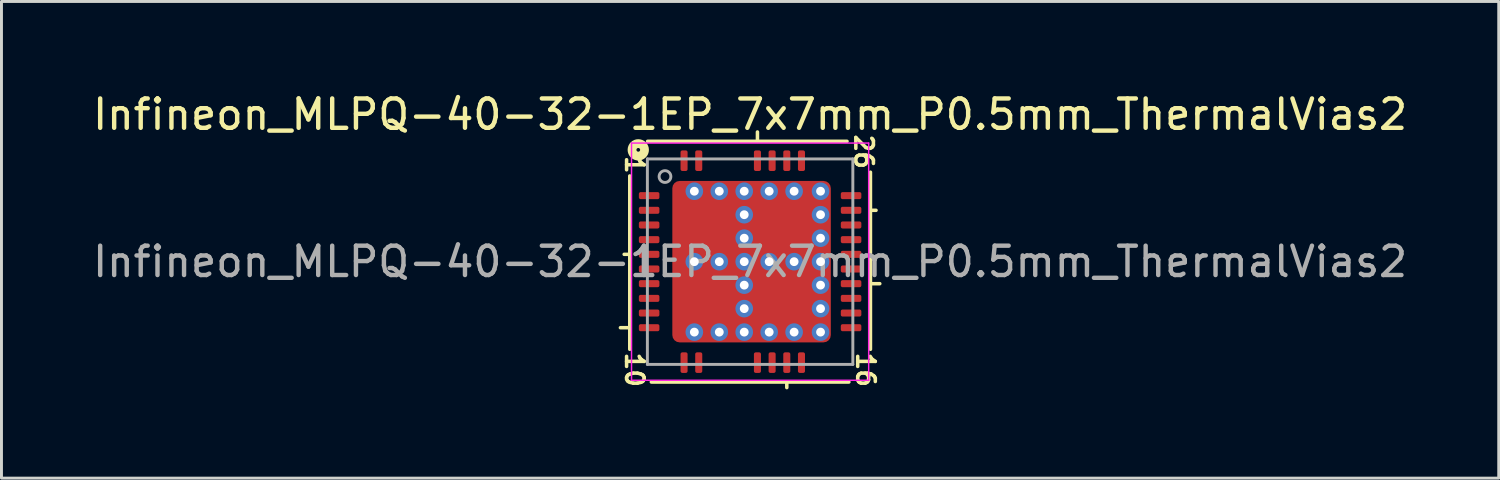
<source format=kicad_pcb>
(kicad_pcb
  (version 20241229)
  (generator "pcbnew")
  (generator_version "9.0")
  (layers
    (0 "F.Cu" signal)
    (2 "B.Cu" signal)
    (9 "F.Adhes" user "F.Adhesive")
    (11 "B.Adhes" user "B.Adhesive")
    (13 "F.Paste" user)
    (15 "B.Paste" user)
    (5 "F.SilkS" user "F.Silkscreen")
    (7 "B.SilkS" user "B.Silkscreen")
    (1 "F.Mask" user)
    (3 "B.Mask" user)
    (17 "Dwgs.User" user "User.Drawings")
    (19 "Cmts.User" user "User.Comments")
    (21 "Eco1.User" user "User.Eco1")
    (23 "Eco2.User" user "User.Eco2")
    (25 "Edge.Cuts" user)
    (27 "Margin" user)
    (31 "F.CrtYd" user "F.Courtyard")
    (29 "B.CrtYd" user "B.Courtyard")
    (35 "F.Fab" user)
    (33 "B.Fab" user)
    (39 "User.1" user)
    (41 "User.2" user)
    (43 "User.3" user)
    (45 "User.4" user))
  (footprint "Infineon_MLPQ-40-32-1EP_7x7mm_P0.5mm_ThermalVias2"
    (layer "F.Cu")
    (at 22.506 5.865)
    (property "Reference" "Infineon_MLPQ-40-32-1EP_7x7mm_P0.5mm_ThermalVias2" (at 0 -5.016 0) (layer "F.SilkS") (effects (font (size 1 1) (thickness 0.15))))
    (attr smd)
    (fp_line (start -4.1 -2.921) (end -4.1 2.985) (stroke (width 0.12) (type solid)) (layer "F.SilkS"))
    (fp_line (start -4.1 -0.25) (end -4.29 -0.25) (stroke (width 0.12) (type solid)) (layer "F.SilkS"))
    (fp_line (start -4.1 2.25) (end -4.418 2.25) (stroke (width 0.12) (type solid)) (layer "F.SilkS"))
    (fp_line (start -3.365 4.1) (end 3.365 4.1) (stroke (width 0.12) (type solid)) (layer "F.SilkS"))
    (fp_line (start 0.25 -4.1) (end 0.25 -4.418) (stroke (width 0.12) (type solid)) (layer "F.SilkS"))
    (fp_line (start 1.25 4.1) (end 1.25 4.29) (stroke (width 0.12) (type solid)) (layer "F.SilkS"))
    (fp_line (start 3.302 -4.1) (end -3.493 -4.1) (stroke (width 0.12) (type solid)) (layer "F.SilkS"))
    (fp_line (start 4.1 -1.75) (end 4.29 -1.75) (stroke (width 0.12) (type solid)) (layer "F.SilkS"))
    (fp_line (start 4.1 0.75) (end 4.418 0.75) (stroke (width 0.12) (type solid)) (layer "F.SilkS"))
    (fp_line (start 4.1 2.985) (end 4.1 -3.048) (stroke (width 0.12) (type solid)) (layer "F.SilkS"))
    (fp_circle (center -3.81 -3.81) (end -3.747 -3.81) (stroke (width 0.3) (type solid)) (fill no) (layer "F.SilkS"))
    (fp_line (start -4.04 -4.04) (end 4.04 -4.04) (stroke (width 0.05) (type solid)) (layer "F.CrtYd"))
    (fp_line (start -4.04 4.04) (end -4.04 -4.04) (stroke (width 0.05) (type solid)) (layer "F.CrtYd"))
    (fp_line (start 4.04 -4.04) (end 4.04 4.04) (stroke (width 0.05) (type solid)) (layer "F.CrtYd"))
    (fp_line (start 4.04 4.04) (end -4.04 4.04) (stroke (width 0.05) (type solid)) (layer "F.CrtYd"))
    (fp_line (start -3.5 -3.5) (end 3.5 -3.5) (stroke (width 0.1) (type solid)) (layer "F.Fab"))
    (fp_line (start -3.5 3.5) (end -3.5 -3.5) (stroke (width 0.1) (type solid)) (layer "F.Fab"))
    (fp_line (start 3.5 -3.5) (end 3.5 3.5) (stroke (width 0.1) (type solid)) (layer "F.Fab"))
    (fp_line (start 3.5 3.5) (end -3.5 3.5) (stroke (width 0.1) (type solid)) (layer "F.Fab"))
    (fp_circle (center -2.9 -2.9) (end -2.7 -2.9) (stroke (width 0.1) (type solid)) (fill no) (layer "F.Fab"))
    (fp_text user "26" (at 3.873 -3.747 270) (unlocked yes) (layer "F.SilkS") (effects (font (size 0.6 0.6) (thickness 0.12))))
    (fp_text user "10" (at -3.937 3.683 270) (unlocked yes) (layer "F.SilkS") (effects (font (size 0.6 0.6) (thickness 0.12))))
    (fp_text user "16" (at 3.937 3.683 270) (unlocked yes) (layer "F.SilkS") (effects (font (size 0.6 0.6) (thickness 0.12))))
    (fp_text user "1" (at -3.937 -3.302 270) (unlocked yes) (layer "F.SilkS") (effects (font (size 0.6 0.6) (thickness 0.12))))
    (fp_text user "${REFERENCE}" (at 0 0 0) (layer "F.Fab") (effects (font (size 1 1) (thickness 0.15))))
    (pad "" smd roundrect (at -2.05 -1.65) (size 0.8 0.7) (layers "F.Paste") (roundrect_rratio 0.25) (chamfer_ratio 0.5) (chamfer top_left))
    (pad "" smd roundrect (at -2.05 -0.7) (size 0.8 0.7) (layers "F.Paste") (roundrect_rratio 0.25))
    (pad "" smd roundrect (at -2 0.7) (size 0.8 0.7) (layers "F.Paste") (roundrect_rratio 0.25))
    (pad "" smd roundrect (at -2 1.65) (size 0.8 0.7) (layers "F.Paste") (roundrect_rratio 0.25))
    (pad "" smd roundrect (at -1.5 -1.175) (size 2.1 1.85) (layers "F.Mask") (roundrect_rratio 0.135) (chamfer_ratio 0.23) (chamfer top_left))
    (pad "" smd roundrect (at -1.5 1.175) (size 2.1 1.85) (layers "F.Mask") (roundrect_rratio 0.135))
    (pad "" smd roundrect (at -1 -1.65) (size 0.8 0.7) (layers "F.Paste") (roundrect_rratio 0.25))
    (pad "" smd roundrect (at -1 -0.7) (size 0.8 0.7) (layers "F.Paste") (roundrect_rratio 0.25))
    (pad "" smd roundrect (at -0.95 0.7) (size 0.8 0.7) (layers "F.Paste") (roundrect_rratio 0.25))
    (pad "" smd roundrect (at -0.95 1.65) (size 0.8 0.7) (layers "F.Paste") (roundrect_rratio 0.25))
    (pad "" smd roundrect (at 0.55 -1.65) (size 0.8 0.7) (layers "F.Paste") (roundrect_rratio 0.25))
    (pad "" smd roundrect (at 0.55 -0.7) (size 0.8 0.7) (layers "F.Paste") (roundrect_rratio 0.25))
    (pad "" smd roundrect (at 0.55 0.7) (size 0.8 0.7) (layers "F.Paste") (roundrect_rratio 0.25))
    (pad "" smd roundrect (at 0.55 1.65) (size 0.8 0.7) (layers "F.Paste") (roundrect_rratio 0.25))
    (pad "" smd roundrect (at 1.075 -1.175) (size 2.05 1.85) (layers "F.Mask") (roundrect_rratio 0.135))
    (pad "" smd roundrect (at 1.075 1.175) (size 2.05 1.85) (layers "F.Mask") (roundrect_rratio 0.135))
    (pad "" smd roundrect (at 1.6 -1.65) (size 0.8 0.7) (layers "F.Paste") (roundrect_rratio 0.25))
    (pad "" smd roundrect (at 1.6 -0.7) (size 0.8 0.7) (layers "F.Paste") (roundrect_rratio 0.25))
    (pad "" smd roundrect (at 1.6 0.7) (size 0.8 0.7) (layers "F.Paste") (roundrect_rratio 0.25))
    (pad "" smd roundrect (at 1.6 1.65) (size 0.8 0.7) (layers "F.Paste") (roundrect_rratio 0.25))
    (pad "1" smd roundrect (at -3.44 -2.25) (size 0.7 0.24) (layers "F.Cu" "F.Mask" "F.Paste") (roundrect_rratio 0.25))
    (pad "2" smd roundrect (at -3.44 -1.75) (size 0.7 0.24) (layers "F.Cu" "F.Mask" "F.Paste") (roundrect_rratio 0.25))
    (pad "3" smd roundrect (at -3.44 -1.25) (size 0.7 0.24) (layers "F.Cu" "F.Mask" "F.Paste") (roundrect_rratio 0.25))
    (pad "4" smd roundrect (at -3.44 -0.75) (size 0.7 0.24) (layers "F.Cu" "F.Mask" "F.Paste") (roundrect_rratio 0.25))
    (pad "5" smd roundrect (at -3.44 -0.25) (size 0.7 0.24) (layers "F.Cu" "F.Mask" "F.Paste") (roundrect_rratio 0.25))
    (pad "6" smd roundrect (at -3.44 0.25) (size 0.7 0.24) (layers "F.Cu" "F.Mask" "F.Paste") (roundrect_rratio 0.25))
    (pad "7" smd roundrect (at -3.44 0.75) (size 0.7 0.24) (layers "F.Cu" "F.Mask" "F.Paste") (roundrect_rratio 0.25))
    (pad "8" smd roundrect (at -3.44 1.25) (size 0.7 0.24) (layers "F.Cu" "F.Mask" "F.Paste") (roundrect_rratio 0.25))
    (pad "9" smd roundrect (at -3.44 1.75) (size 0.7 0.24) (layers "F.Cu" "F.Mask" "F.Paste") (roundrect_rratio 0.25))
    (pad "10" smd roundrect (at -3.44 2.25) (size 0.7 0.24) (layers "F.Cu" "F.Mask" "F.Paste") (roundrect_rratio 0.25))
    (pad "11" smd roundrect (at -2.25 3.44) (size 0.24 0.7) (layers "F.Cu" "F.Mask" "F.Paste") (roundrect_rratio 0.25))
    (pad "12" smd roundrect (at -1.75 3.44) (size 0.24 0.7) (layers "F.Cu" "F.Mask" "F.Paste") (roundrect_rratio 0.25))
    (pad "13" smd roundrect (at 0.25 3.44) (size 0.24 0.7) (layers "F.Cu" "F.Mask" "F.Paste") (roundrect_rratio 0.25))
    (pad "14" smd roundrect (at 0.75 3.44) (size 0.24 0.7) (layers "F.Cu" "F.Mask" "F.Paste") (roundrect_rratio 0.25))
    (pad "15" smd roundrect (at 1.25 3.44) (size 0.24 0.7) (layers "F.Cu" "F.Mask" "F.Paste") (roundrect_rratio 0.25))
    (pad "16" smd roundrect (at 1.75 3.44) (size 0.24 0.7) (layers "F.Cu" "F.Mask" "F.Paste") (roundrect_rratio 0.25))
    (pad "17" smd roundrect (at 3.44 2.25) (size 0.7 0.24) (layers "F.Cu" "F.Mask" "F.Paste") (roundrect_rratio 0.25))
    (pad "18" smd roundrect (at 3.44 1.75) (size 0.7 0.24) (layers "F.Cu" "F.Mask" "F.Paste") (roundrect_rratio 0.25))
    (pad "19" smd roundrect (at 3.44 1.25) (size 0.7 0.24) (layers "F.Cu" "F.Mask" "F.Paste") (roundrect_rratio 0.25))
    (pad "20" smd roundrect (at 3.44 0.75) (size 0.7 0.24) (layers "F.Cu" "F.Mask" "F.Paste") (roundrect_rratio 0.25))
    (pad "21" smd roundrect (at 3.44 0.25) (size 0.7 0.24) (layers "F.Cu" "F.Mask" "F.Paste") (roundrect_rratio 0.25))
    (pad "22" smd roundrect (at 3.44 -0.25) (size 0.7 0.24) (layers "F.Cu" "F.Mask" "F.Paste") (roundrect_rratio 0.25))
    (pad "23" smd roundrect (at 3.44 -0.75) (size 0.7 0.24) (layers "F.Cu" "F.Mask" "F.Paste") (roundrect_rratio 0.25))
    (pad "24" smd roundrect (at 3.44 -1.25) (size 0.7 0.24) (layers "F.Cu" "F.Mask" "F.Paste") (roundrect_rratio 0.25))
    (pad "25" smd roundrect (at 3.44 -1.75) (size 0.7 0.24) (layers "F.Cu" "F.Mask" "F.Paste") (roundrect_rratio 0.25))
    (pad "26" smd roundrect (at 3.44 -2.25) (size 0.7 0.24) (layers "F.Cu" "F.Mask" "F.Paste") (roundrect_rratio 0.25))
    (pad "27" smd roundrect (at 1.75 -3.44) (size 0.24 0.7) (layers "F.Cu" "F.Mask" "F.Paste") (roundrect_rratio 0.25))
    (pad "28" smd roundrect (at 1.25 -3.44) (size 0.24 0.7) (layers "F.Cu" "F.Mask" "F.Paste") (roundrect_rratio 0.25))
    (pad "29" smd roundrect (at 0.75 -3.44) (size 0.24 0.7) (layers "F.Cu" "F.Mask" "F.Paste") (roundrect_rratio 0.25))
    (pad "30" smd roundrect (at 0.25 -3.44) (size 0.24 0.7) (layers "F.Cu" "F.Mask" "F.Paste") (roundrect_rratio 0.25))
    (pad "31" smd roundrect (at -1.75 -3.44) (size 0.24 0.7) (layers "F.Cu" "F.Mask" "F.Paste") (roundrect_rratio 0.25))
    (pad "32" smd roundrect (at -2.25 -3.44) (size 0.24 0.7) (layers "F.Cu" "F.Mask" "F.Paste") (roundrect_rratio 0.25))
    (pad "33" thru_hole circle (at -1.9 -2.4) (size 0.6 0.6) (drill 0.3) (property pad_prop_heatsink) (layers "*.Cu" "*.Mask"))
    (pad "33" thru_hole circle (at -1.9 0) (size 0.6 0.6) (drill 0.3) (property pad_prop_heatsink) (layers "*.Cu" "*.Mask"))
    (pad "33" thru_hole circle (at -1.9 2.4) (size 0.6 0.6) (drill 0.3) (property pad_prop_heatsink) (layers "*.Cu" "*.Mask"))
    (pad "33" thru_hole circle (at -1.05 -2.4) (size 0.6 0.6) (drill 0.3) (property pad_prop_heatsink) (layers "*.Cu" "*.Mask"))
    (pad "33" thru_hole circle (at -1.05 0) (size 0.6 0.6) (drill 0.3) (property pad_prop_heatsink) (layers "*.Cu" "*.Mask"))
    (pad "33" thru_hole circle (at -1.05 2.4) (size 0.6 0.6) (drill 0.3) (property pad_prop_heatsink) (layers "*.Cu" "*.Mask"))
    (pad "33" thru_hole circle (at -0.2 -2.4) (size 0.6 0.6) (drill 0.3) (property pad_prop_heatsink) (layers "*.Cu" "*.Mask"))
    (pad "33" thru_hole circle (at -0.2 -1.6) (size 0.6 0.6) (drill 0.3) (property pad_prop_heatsink) (layers "*.Cu" "*.Mask"))
    (pad "33" thru_hole circle (at -0.2 -0.8) (size 0.6 0.6) (drill 0.3) (property pad_prop_heatsink) (layers "*.Cu" "*.Mask"))
    (pad "33" thru_hole circle (at -0.2 0) (size 0.6 0.6) (drill 0.3) (property pad_prop_heatsink) (layers "*.Cu" "*.Mask"))
    (pad "33" thru_hole circle (at -0.2 0.8) (size 0.6 0.6) (drill 0.3) (property pad_prop_heatsink) (layers "*.Cu" "*.Mask"))
    (pad "33" thru_hole circle (at -0.2 1.6) (size 0.6 0.6) (drill 0.3) (property pad_prop_heatsink) (layers "*.Cu" "*.Mask"))
    (pad "33" thru_hole circle (at -0.2 2.4) (size 0.6 0.6) (drill 0.3) (property pad_prop_heatsink) (layers "*.Cu" "*.Mask"))
    (pad "33" smd roundrect (at 0.05 0) (size 5.4 5.5) (layers "F.Cu") (roundrect_rratio 0.046))
    (pad "33" thru_hole circle (at 0.65 -2.4) (size 0.6 0.6) (drill 0.3) (property pad_prop_heatsink) (layers "*.Cu" "*.Mask"))
    (pad "33" thru_hole circle (at 0.65 0) (size 0.6 0.6) (drill 0.3) (property pad_prop_heatsink) (layers "*.Cu" "*.Mask"))
    (pad "33" thru_hole circle (at 0.65 2.4) (size 0.6 0.6) (drill 0.3) (property pad_prop_heatsink) (layers "*.Cu" "*.Mask"))
    (pad "33" thru_hole circle (at 1.5 -2.4) (size 0.6 0.6) (drill 0.3) (property pad_prop_heatsink) (layers "*.Cu" "*.Mask"))
    (pad "33" thru_hole circle (at 1.5 0) (size 0.6 0.6) (drill 0.3) (property pad_prop_heatsink) (layers "*.Cu" "*.Mask"))
    (pad "33" thru_hole circle (at 1.5 2.4) (size 0.6 0.6) (drill 0.3) (property pad_prop_heatsink) (layers "*.Cu" "*.Mask"))
    (pad "33" thru_hole circle (at 2.4 -2.4) (size 0.6 0.6) (drill 0.3) (property pad_prop_heatsink) (layers "*.Cu" "*.Mask"))
    (pad "33" thru_hole circle (at 2.4 -1.6) (size 0.6 0.6) (drill 0.3) (property pad_prop_heatsink) (layers "*.Cu" "*.Mask"))
    (pad "33" thru_hole circle (at 2.4 -0.8) (size 0.6 0.6) (drill 0.3) (property pad_prop_heatsink) (layers "*.Cu" "*.Mask"))
    (pad "33" thru_hole circle (at 2.4 0) (size 0.6 0.6) (drill 0.3) (property pad_prop_heatsink) (layers "*.Cu" "*.Mask"))
    (pad "33" thru_hole circle (at 2.4 0.8) (size 0.6 0.6) (drill 0.3) (property pad_prop_heatsink) (layers "*.Cu" "*.Mask"))
    (pad "33" thru_hole circle (at 2.4 1.6) (size 0.6 0.6) (drill 0.3) (property pad_prop_heatsink) (layers "*.Cu" "*.Mask"))
    (pad "33" thru_hole circle (at 2.4 2.4) (size 0.6 0.6) (drill 0.3) (property pad_prop_heatsink) (layers "*.Cu" "*.Mask")))
  (gr_rect
    (start -3 -3)
    (end 48.012 13.239)
    (stroke (width 0.1) (type default))
    (fill no)
    (layer "Edge.Cuts")))
</source>
